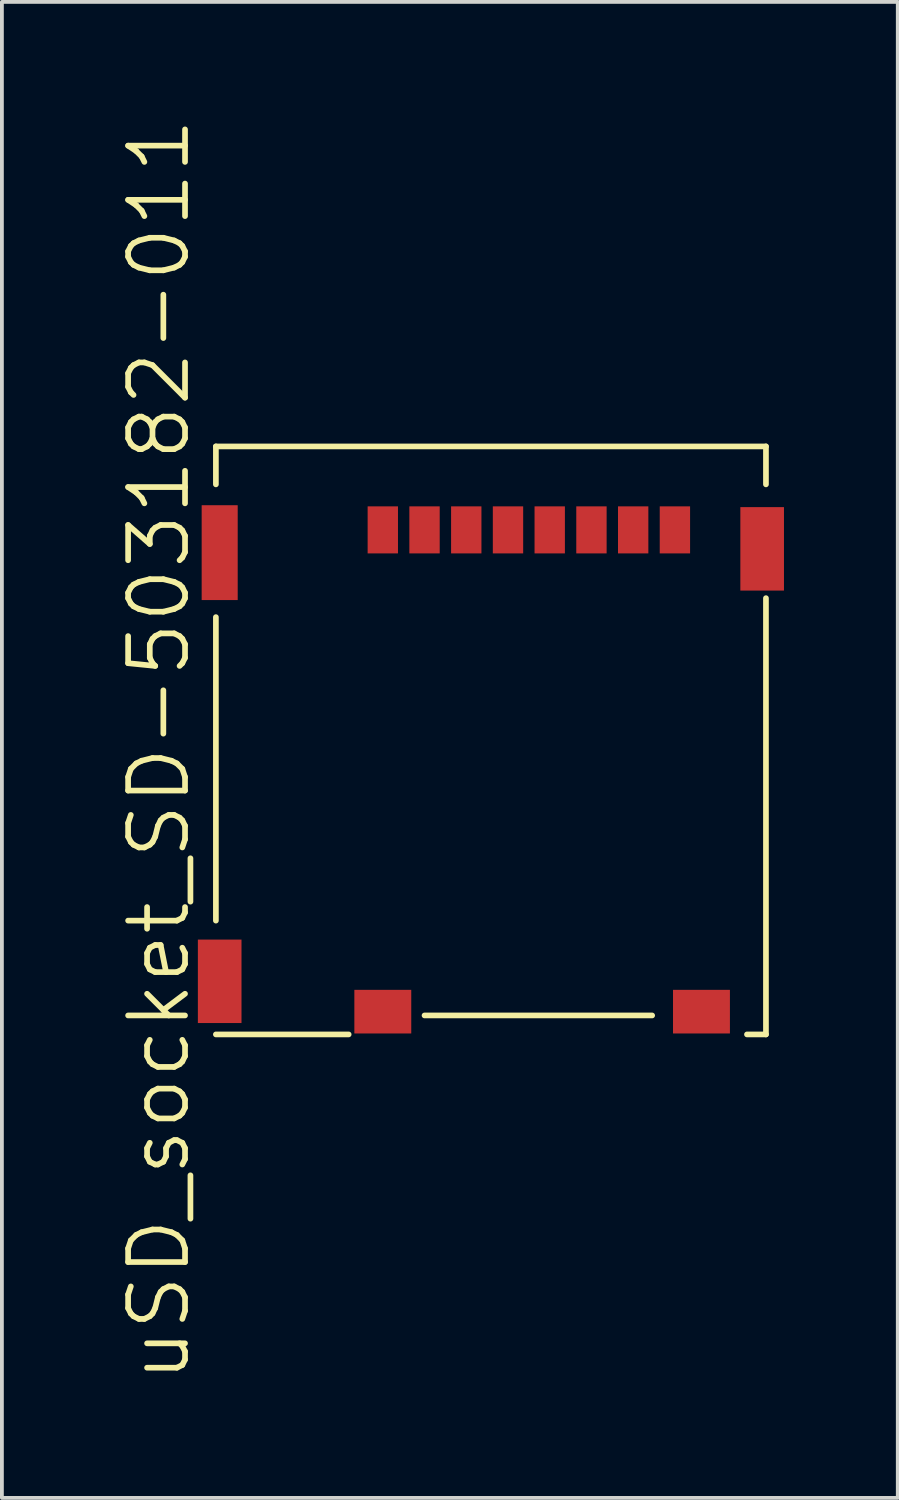
<source format=kicad_pcb>
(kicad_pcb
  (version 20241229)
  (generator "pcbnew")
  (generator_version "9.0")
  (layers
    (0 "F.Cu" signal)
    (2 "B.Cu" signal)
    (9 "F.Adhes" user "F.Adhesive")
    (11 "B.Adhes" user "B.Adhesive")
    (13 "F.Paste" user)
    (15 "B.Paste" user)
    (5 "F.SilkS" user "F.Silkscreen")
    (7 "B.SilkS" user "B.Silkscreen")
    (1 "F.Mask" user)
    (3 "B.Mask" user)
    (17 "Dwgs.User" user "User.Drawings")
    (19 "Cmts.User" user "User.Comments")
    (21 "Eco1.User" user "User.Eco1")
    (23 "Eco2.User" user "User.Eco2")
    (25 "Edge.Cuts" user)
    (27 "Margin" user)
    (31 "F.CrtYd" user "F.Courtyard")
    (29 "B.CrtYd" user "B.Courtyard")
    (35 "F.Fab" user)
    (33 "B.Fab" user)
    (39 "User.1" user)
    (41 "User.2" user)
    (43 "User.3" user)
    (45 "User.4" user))
  (footprint "uSD_socket_SD-503182-011"
    (layer "F.Cu")
    (at 10.141 16.718)
    (property "Reference" "uSD_socket_SD-503182-011" (at -9 0 90) (layer "F.SilkS") (effects (font (size 1.5 1.5) (thickness 0.15))))
    (attr through_hole)
    (fp_line (start -7.5 -8) (end 7 -8) (stroke (width 0.15) (type solid)) (layer "F.SilkS"))
    (fp_line (start -7.5 -7) (end -7.5 -8) (stroke (width 0.15) (type solid)) (layer "F.SilkS"))
    (fp_line (start -7.5 -3.5) (end -7.5 4.5) (stroke (width 0.15) (type solid)) (layer "F.SilkS"))
    (fp_line (start -4 7.5) (end -7.5 7.5) (stroke (width 0.15) (type solid)) (layer "F.SilkS"))
    (fp_line (start 4 7) (end -2 7) (stroke (width 0.15) (type solid)) (layer "F.SilkS"))
    (fp_line (start 7 -8) (end 7 -7) (stroke (width 0.15) (type solid)) (layer "F.SilkS"))
    (fp_line (start 7 -4) (end 7 7.5) (stroke (width 0.15) (type solid)) (layer "F.SilkS"))
    (fp_line (start 7 7.5) (end 6.5 7.5) (stroke (width 0.15) (type solid)) (layer "F.SilkS"))
    (pad "" smd rect (at -7.4 -5.2) (size 0.95 2.5) (layers "F.Cu" "F.Mask" "F.Paste"))
    (pad "" smd rect (at -7.4 6.1) (size 1.15 2.2) (layers "F.Cu" "F.Mask" "F.Paste"))
    (pad "" smd rect (at -3.1 6.9) (size 1.5 1.15) (layers "F.Cu" "F.Mask" "F.Paste"))
    (pad "" smd rect (at 5.3 6.9) (size 1.5 1.15) (layers "F.Cu" "F.Mask" "F.Paste"))
    (pad "" smd rect (at 6.9 -5.3) (size 1.15 2.2) (layers "F.Cu" "F.Mask" "F.Paste"))
    (pad "1" smd rect (at 4.6 -5.8) (size 0.8 1.24) (layers "F.Cu" "F.Mask" "F.Paste"))
    (pad "2" smd rect (at 3.5 -5.8) (size 0.8 1.24) (layers "F.Cu" "F.Mask" "F.Paste"))
    (pad "3" smd rect (at 2.4 -5.8) (size 0.8 1.24) (layers "F.Cu" "F.Mask" "F.Paste"))
    (pad "4" smd rect (at 1.3 -5.8) (size 0.8 1.24) (layers "F.Cu" "F.Mask" "F.Paste"))
    (pad "5" smd rect (at 0.2 -5.8) (size 0.8 1.24) (layers "F.Cu" "F.Mask" "F.Paste"))
    (pad "6" smd rect (at -0.9 -5.8) (size 0.8 1.24) (layers "F.Cu" "F.Mask" "F.Paste"))
    (pad "7" smd rect (at -2 -5.8) (size 0.8 1.24) (layers "F.Cu" "F.Mask" "F.Paste"))
    (pad "8" smd rect (at -3.1 -5.8) (size 0.8 1.24) (layers "F.Cu" "F.Mask" "F.Paste")))
  (gr_rect
    (start -3 -3)
    (end 20.616 36.436)
    (stroke (width 0.1) (type default))
    (fill no)
    (layer "Edge.Cuts")))
</source>
